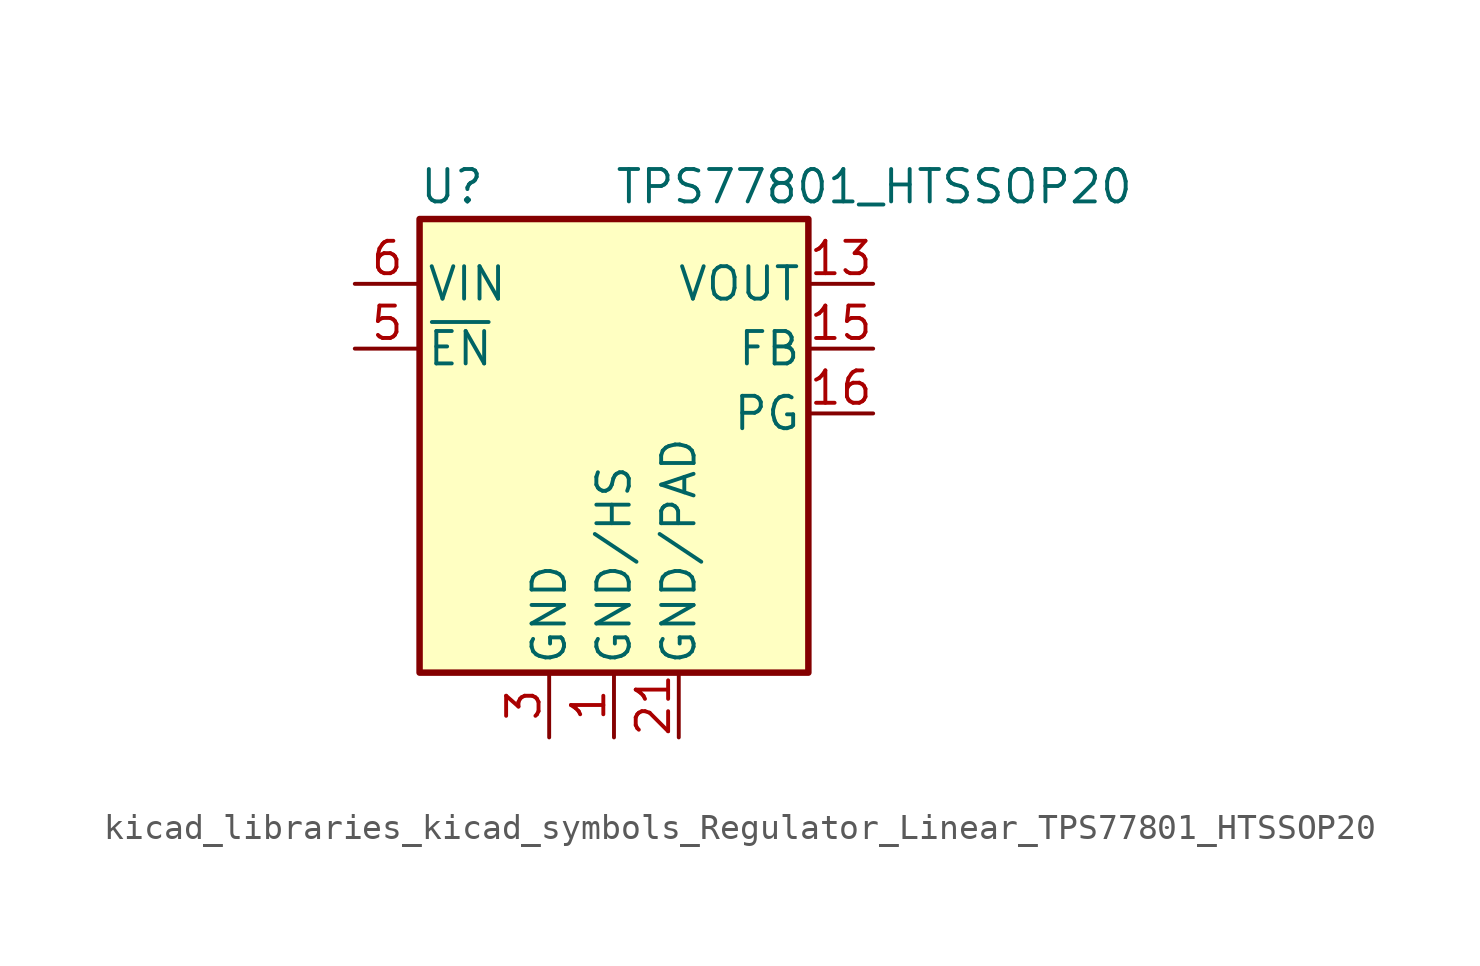
<source format=kicad_sym>
(kicad_symbol_lib
  (version 20220914)
  (generator kicad_symbol_editor)
  (symbol "kicad_libraries_kicad_symbols_Regulator_Linear_TPS77801_HTSSOP20"
    (pin_names
      (offset 0.254))
    (property "Reference" "U"
      (at -6.35 8.89 0)
      (effects (font (size 1.27 1.27))))
    (property "Value" "TPS77801_HTSSOP20"
      (at 0 8.89 0)
      (effects (font (size 1.27 1.27)) (justify left)))
    (symbol "kicad_libraries_kicad_symbols_Regulator_Linear_TPS77801_HTSSOP20_0_1"
      (rectangle (start -7.62 7.62) (end 7.62 -10.16) (stroke (width 0.254) (type default)) (fill (type background))))
    (symbol "kicad_libraries_kicad_symbols_Regulator_Linear_TPS77801_HTSSOP20_1_1"
      (pin power_in line (at 0 -12.7 90) (length 2.54) (name "GND/HS" (effects (font (size 1.27 1.27)))) (number "1" (effects (font (size 1.27 1.27)))))
      (pin passive line (at 0 -12.7 90) (length 2.54) hide (name "GND/HS" (effects (font (size 1.27 1.27)))) (number "10" (effects (font (size 1.27 1.27)))))
      (pin passive line (at 0 -12.7 90) (length 2.54) hide (name "GND/HS" (effects (font (size 1.27 1.27)))) (number "11" (effects (font (size 1.27 1.27)))))
      (pin passive line (at 0 -12.7 90) (length 2.54) hide (name "GND/HS" (effects (font (size 1.27 1.27)))) (number "12" (effects (font (size 1.27 1.27)))))
      (pin power_out line (at 10.16 5.08 180) (length 2.54) (name "VOUT" (effects (font (size 1.27 1.27)))) (number "13" (effects (font (size 1.27 1.27)))))
      (pin passive line (at 10.16 5.08 180) (length 2.54) hide (name "VOUT" (effects (font (size 1.27 1.27)))) (number "14" (effects (font (size 1.27 1.27)))))
      (pin passive line (at 10.16 2.54 180) (length 2.54) (name "FB" (effects (font (size 1.27 1.27)))) (number "15" (effects (font (size 1.27 1.27)))))
      (pin open_collector line (at 10.16 0 180) (length 2.54) (name "PG" (effects (font (size 1.27 1.27)))) (number "16" (effects (font (size 1.27 1.27)))))
      (pin no_connect line (at 7.62 -2.54 180) (length 2.54) hide (name "NC" (effects (font (size 1.27 1.27)))) (number "17" (effects (font (size 1.27 1.27)))))
      (pin no_connect line (at 7.62 -5.08 180) (length 2.54) hide (name "NC" (effects (font (size 1.27 1.27)))) (number "18" (effects (font (size 1.27 1.27)))))
      (pin passive line (at 0 -12.7 90) (length 2.54) hide (name "GND/HS" (effects (font (size 1.27 1.27)))) (number "19" (effects (font (size 1.27 1.27)))))
      (pin passive line (at 0 -12.7 90) (length 2.54) hide (name "GND/HS" (effects (font (size 1.27 1.27)))) (number "2" (effects (font (size 1.27 1.27)))))
      (pin passive line (at 0 -12.7 90) (length 2.54) hide (name "GND/HS" (effects (font (size 1.27 1.27)))) (number "20" (effects (font (size 1.27 1.27)))))
      (pin power_in line (at 2.54 -12.7 90) (length 2.54) (name "GND/PAD" (effects (font (size 1.27 1.27)))) (number "21" (effects (font (size 1.27 1.27)))))
      (pin power_in line (at -2.54 -12.7 90) (length 2.54) (name "GND" (effects (font (size 1.27 1.27)))) (number "3" (effects (font (size 1.27 1.27)))))
      (pin no_connect line (at -7.62 0 0) (length 2.54) hide (name "NC" (effects (font (size 1.27 1.27)))) (number "4" (effects (font (size 1.27 1.27)))))
      (pin input line (at -10.16 2.54 0) (length 2.54) (name "~{EN}" (effects (font (size 1.27 1.27)))) (number "5" (effects (font (size 1.27 1.27)))))
      (pin power_in line (at -10.16 5.08 0) (length 2.54) (name "VIN" (effects (font (size 1.27 1.27)))) (number "6" (effects (font (size 1.27 1.27)))))
      (pin passive line (at -10.16 5.08 0) (length 2.54) hide (name "VIN" (effects (font (size 1.27 1.27)))) (number "7" (effects (font (size 1.27 1.27)))))
      (pin no_connect line (at -7.62 -2.54 0) (length 2.54) hide (name "NC" (effects (font (size 1.27 1.27)))) (number "8" (effects (font (size 1.27 1.27)))))
      (pin passive line (at 0 -12.7 90) (length 2.54) hide (name "GND/HS" (effects (font (size 1.27 1.27)))) (number "9" (effects (font (size 1.27 1.27))))))))
</source>
